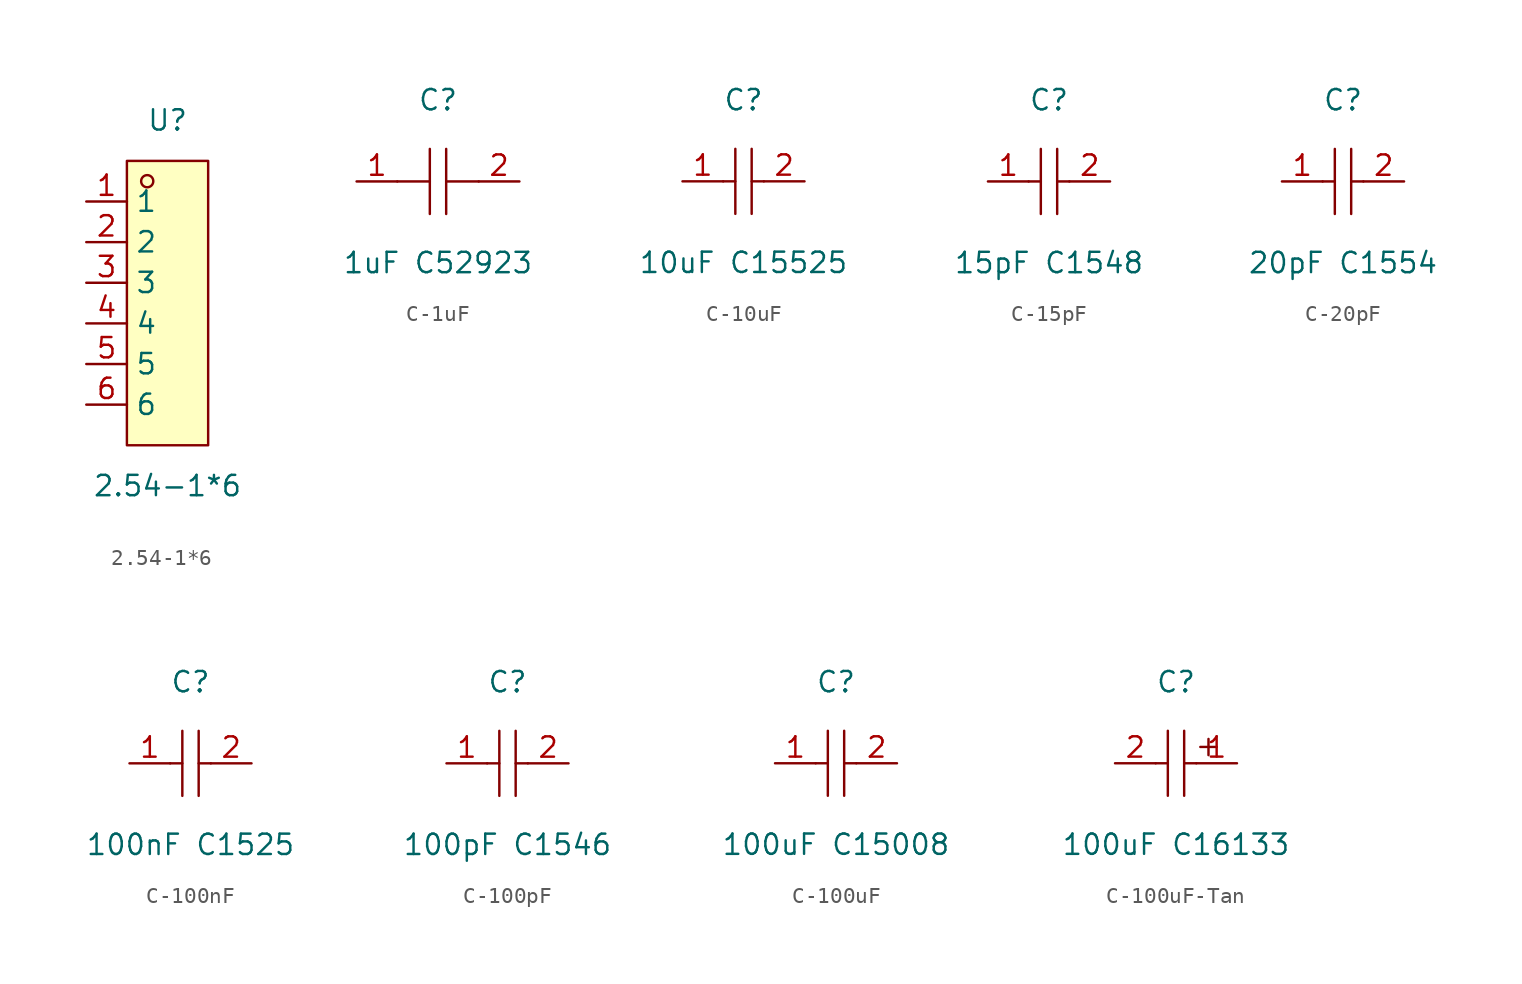
<source format=kicad_sym>
(kicad_symbol_lib
  (version 20220914)
  (generator kicad_symbol_editor)
  (symbol "2.54-1*6"
    (property "Reference" "U"
      (at 0 11.43 0)
      (effects (font (size 1.27 1.27))))
    (property "Value" "2.54-1*6"
      (at 0 -11.43 0)
      (effects (font (size 1.27 1.27))))
    (symbol "2.54-1*6_0_1"
      (rectangle (start -2.54 8.89) (end 2.54 -8.89) (stroke (width 0) (type default)) (fill (type background)))
      (circle (center -1.27 7.62) (radius 0.38) (stroke (width 0) (type default)) (fill (type none)))
      (pin unspecified line (at -5.08 6.35 0) (length 2.54) (name "1" (effects (font (size 1.27 1.27)))) (number "1" (effects (font (size 1.27 1.27)))))
      (pin unspecified line (at -5.08 3.81 0) (length 2.54) (name "2" (effects (font (size 1.27 1.27)))) (number "2" (effects (font (size 1.27 1.27)))))
      (pin unspecified line (at -5.08 1.27 0) (length 2.54) (name "3" (effects (font (size 1.27 1.27)))) (number "3" (effects (font (size 1.27 1.27)))))
      (pin unspecified line (at -5.08 -1.27 0) (length 2.54) (name "4" (effects (font (size 1.27 1.27)))) (number "4" (effects (font (size 1.27 1.27)))))
      (pin unspecified line (at -5.08 -3.81 0) (length 2.54) (name "5" (effects (font (size 1.27 1.27)))) (number "5" (effects (font (size 1.27 1.27)))))
      (pin unspecified line (at -5.08 -6.35 0) (length 2.54) (name "6" (effects (font (size 1.27 1.27)))) (number "6" (effects (font (size 1.27 1.27)))))))
  (symbol "C-1uF"
    (property "Reference" "C"
      (at 0 5.08 0)
      (effects (font (size 1.27 1.27))))
    (property "Value" "1uF C52923"
      (at 0 -5.08 0)
      (effects (font (size 1.27 1.27))))
    (symbol "C-1uF_0_1"
      (polyline (pts (xy -0.51 -2.03) (xy -0.51 2.03)) (stroke (width 0) (type default)) (fill (type none)))
      (polyline (pts (xy -0.51 0) (xy -2.54 0)) (stroke (width 0) (type default)) (fill (type none)))
      (polyline (pts (xy 0.51 2.03) (xy 0.51 -2.03)) (stroke (width 0) (type default)) (fill (type none)))
      (polyline (pts (xy 2.54 0) (xy 0.51 0)) (stroke (width 0) (type default)) (fill (type none))))
    (symbol "C-1uF_1_1"
      (pin unspecified line (at -5.08 0 0) (length 2.54) (name "" (effects (font (size 1.27 1.27)))) (number "1" (effects (font (size 1.27 1.27)))))
      (pin unspecified line (at 5.08 0 180) (length 2.54) (name "" (effects (font (size 1.27 1.27)))) (number "2" (effects (font (size 1.27 1.27)))))))
  (symbol "C-10uF"
    (property "Reference" "C"
      (at 0 5.08 0)
      (effects (font (size 1.27 1.27))))
    (property "Value" "10uF C15525"
      (at 0 -5.08 0)
      (effects (font (size 1.27 1.27))))
    (symbol "C-10uF_0_1"
      (polyline (pts (xy -1.27 0) (xy -0.51 0)) (stroke (width 0) (type default)) (fill (type none)))
      (polyline (pts (xy -0.51 2.03) (xy -0.51 -2.03)) (stroke (width 0) (type default)) (fill (type none)))
      (polyline (pts (xy 0.51 0) (xy 1.27 0)) (stroke (width 0) (type default)) (fill (type none)))
      (polyline (pts (xy 0.51 2.03) (xy 0.51 -2.03)) (stroke (width 0) (type default)) (fill (type none))))
    (symbol "C-10uF_1_1"
      (pin input line (at -3.81 0 0) (length 2.54) (name "" (effects (font (size 1.27 1.27)))) (number "1" (effects (font (size 1.27 1.27)))))
      (pin input line (at 3.81 0 180) (length 2.54) (name "" (effects (font (size 1.27 1.27)))) (number "2" (effects (font (size 1.27 1.27)))))))
  (symbol "C-15pF"
    (property "Reference" "C"
      (at 0 5.08 0)
      (effects (font (size 1.27 1.27))))
    (property "Value" "15pF C1548"
      (at 0 -5.08 0)
      (effects (font (size 1.27 1.27))))
    (symbol "C-15pF_0_1"
      (polyline (pts (xy -1.27 0) (xy -0.51 0)) (stroke (width 0) (type default)) (fill (type none)))
      (polyline (pts (xy -0.51 2.03) (xy -0.51 -2.03)) (stroke (width 0) (type default)) (fill (type none)))
      (polyline (pts (xy 0.51 0) (xy 1.27 0)) (stroke (width 0) (type default)) (fill (type none)))
      (polyline (pts (xy 0.51 2.03) (xy 0.51 -2.03)) (stroke (width 0) (type default)) (fill (type none))))
    (symbol "C-15pF_1_1"
      (pin input line (at -3.81 0 0) (length 2.54) (name "" (effects (font (size 1.27 1.27)))) (number "1" (effects (font (size 1.27 1.27)))))
      (pin input line (at 3.81 0 180) (length 2.54) (name "" (effects (font (size 1.27 1.27)))) (number "2" (effects (font (size 1.27 1.27)))))))
  (symbol "C-20pF"
    (property "Reference" "C"
      (at 0 5.08 0)
      (effects (font (size 1.27 1.27))))
    (property "Value" "20pF C1554"
      (at 0 -5.08 0)
      (effects (font (size 1.27 1.27))))
    (symbol "C-20pF_0_1"
      (polyline (pts (xy -1.27 0) (xy -0.51 0)) (stroke (width 0) (type default)) (fill (type none)))
      (polyline (pts (xy -0.51 2.03) (xy -0.51 -2.03)) (stroke (width 0) (type default)) (fill (type none)))
      (polyline (pts (xy 0.51 0) (xy 1.27 0)) (stroke (width 0) (type default)) (fill (type none)))
      (polyline (pts (xy 0.51 2.03) (xy 0.51 -2.03)) (stroke (width 0) (type default)) (fill (type none))))
    (symbol "C-20pF_1_1"
      (pin input line (at -3.81 0 0) (length 2.54) (name "" (effects (font (size 1.27 1.27)))) (number "1" (effects (font (size 1.27 1.27)))))
      (pin input line (at 3.81 0 180) (length 2.54) (name "" (effects (font (size 1.27 1.27)))) (number "2" (effects (font (size 1.27 1.27)))))))
  (symbol "C-100nF"
    (property "Reference" "C"
      (at 0 5.08 0)
      (effects (font (size 1.27 1.27))))
    (property "Value" "100nF C1525"
      (at 0 -5.08 0)
      (effects (font (size 1.27 1.27))))
    (symbol "C-100nF_0_1"
      (polyline (pts (xy -1.27 0) (xy -0.51 0)) (stroke (width 0) (type default)) (fill (type none)))
      (polyline (pts (xy -0.51 2.03) (xy -0.51 -2.03)) (stroke (width 0) (type default)) (fill (type none)))
      (polyline (pts (xy 0.51 0) (xy 1.27 0)) (stroke (width 0) (type default)) (fill (type none)))
      (polyline (pts (xy 0.51 2.03) (xy 0.51 -2.03)) (stroke (width 0) (type default)) (fill (type none))))
    (symbol "C-100nF_1_1"
      (pin input line (at -3.81 0 0) (length 2.54) (name "" (effects (font (size 1.27 1.27)))) (number "1" (effects (font (size 1.27 1.27)))))
      (pin input line (at 3.81 0 180) (length 2.54) (name "" (effects (font (size 1.27 1.27)))) (number "2" (effects (font (size 1.27 1.27)))))))
  (symbol "C-100pF"
    (property "Reference" "C"
      (at 0 5.08 0)
      (effects (font (size 1.27 1.27))))
    (property "Value" "100pF C1546"
      (at 0 -5.08 0)
      (effects (font (size 1.27 1.27))))
    (symbol "C-100pF_0_1"
      (polyline (pts (xy -1.27 0) (xy -0.51 0)) (stroke (width 0) (type default)) (fill (type none)))
      (polyline (pts (xy -0.51 2.03) (xy -0.51 -2.03)) (stroke (width 0) (type default)) (fill (type none)))
      (polyline (pts (xy 0.51 0) (xy 1.27 0)) (stroke (width 0) (type default)) (fill (type none)))
      (polyline (pts (xy 0.51 2.03) (xy 0.51 -2.03)) (stroke (width 0) (type default)) (fill (type none))))
    (symbol "C-100pF_1_1"
      (pin input line (at -3.81 0 0) (length 2.54) (name "" (effects (font (size 1.27 1.27)))) (number "1" (effects (font (size 1.27 1.27)))))
      (pin input line (at 3.81 0 180) (length 2.54) (name "" (effects (font (size 1.27 1.27)))) (number "2" (effects (font (size 1.27 1.27)))))))
  (symbol "C-100uF"
    (property "Reference" "C"
      (at 0 5.08 0)
      (effects (font (size 1.27 1.27))))
    (property "Value" "100uF C15008"
      (at 0 -5.08 0)
      (effects (font (size 1.27 1.27))))
    (symbol "C-100uF_0_1"
      (polyline (pts (xy -1.27 0) (xy -0.51 0)) (stroke (width 0) (type default)) (fill (type none)))
      (polyline (pts (xy -0.51 2.03) (xy -0.51 -2.03)) (stroke (width 0) (type default)) (fill (type none)))
      (polyline (pts (xy 0.51 0) (xy 1.27 0)) (stroke (width 0) (type default)) (fill (type none)))
      (polyline (pts (xy 0.51 2.03) (xy 0.51 -2.03)) (stroke (width 0) (type default)) (fill (type none))))
    (symbol "C-100uF_1_1"
      (pin input line (at -3.81 0 0) (length 2.54) (name "" (effects (font (size 1.27 1.27)))) (number "1" (effects (font (size 1.27 1.27)))))
      (pin input line (at 3.81 0 180) (length 2.54) (name "" (effects (font (size 1.27 1.27)))) (number "2" (effects (font (size 1.27 1.27)))))))
  (symbol "C-100uF-Tan"
    (property "Reference" "C"
      (at 0 5.08 0)
      (effects (font (size 1.27 1.27))))
    (property "Value" "100uF C16133"
      (at 0 -5.08 0)
      (effects (font (size 1.27 1.27))))
    (symbol "C-100uF-Tan_0_1"
      (polyline (pts (xy -0.51 0) (xy -1.27 0)) (stroke (width 0) (type default)) (fill (type none)))
      (polyline (pts (xy -0.51 2.03) (xy -0.51 -2.03)) (stroke (width 0) (type default)) (fill (type none)))
      (polyline (pts (xy 0.51 2.03) (xy 0.51 -2.03)) (stroke (width 0) (type default)) (fill (type none)))
      (polyline (pts (xy 1.27 0) (xy 0.51 0)) (stroke (width 0) (type default)) (fill (type none)))
      (polyline (pts (xy 2.03 1.52) (xy 2.03 0.51)) (stroke (width 0) (type default)) (fill (type none)))
      (polyline (pts (xy 2.54 1.02) (xy 1.52 1.02)) (stroke (width 0) (type default)) (fill (type none))))
    (symbol "C-100uF-Tan_1_1"
      (pin input line (at 3.81 0 180) (length 2.54) (name "" (effects (font (size 1.27 1.27)))) (number "1" (effects (font (size 1.27 1.27)))))
      (pin input line (at -3.81 0 0) (length 2.54) (name "" (effects (font (size 1.27 1.27)))) (number "2" (effects (font (size 1.27 1.27))))))))
</source>
